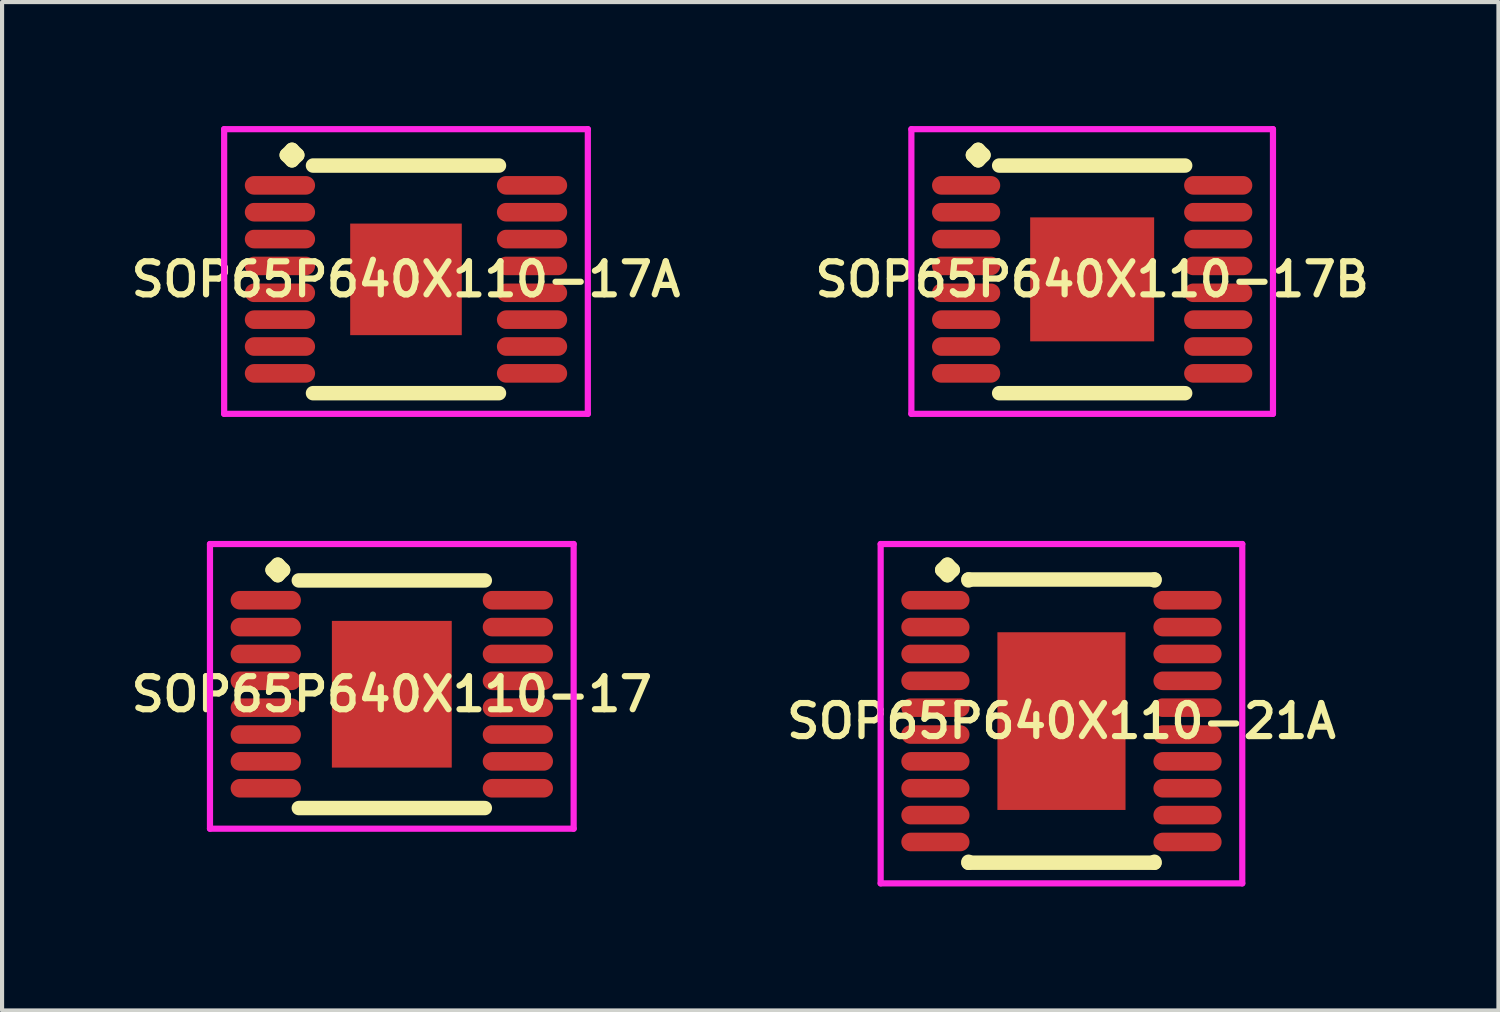
<source format=kicad_pcb>
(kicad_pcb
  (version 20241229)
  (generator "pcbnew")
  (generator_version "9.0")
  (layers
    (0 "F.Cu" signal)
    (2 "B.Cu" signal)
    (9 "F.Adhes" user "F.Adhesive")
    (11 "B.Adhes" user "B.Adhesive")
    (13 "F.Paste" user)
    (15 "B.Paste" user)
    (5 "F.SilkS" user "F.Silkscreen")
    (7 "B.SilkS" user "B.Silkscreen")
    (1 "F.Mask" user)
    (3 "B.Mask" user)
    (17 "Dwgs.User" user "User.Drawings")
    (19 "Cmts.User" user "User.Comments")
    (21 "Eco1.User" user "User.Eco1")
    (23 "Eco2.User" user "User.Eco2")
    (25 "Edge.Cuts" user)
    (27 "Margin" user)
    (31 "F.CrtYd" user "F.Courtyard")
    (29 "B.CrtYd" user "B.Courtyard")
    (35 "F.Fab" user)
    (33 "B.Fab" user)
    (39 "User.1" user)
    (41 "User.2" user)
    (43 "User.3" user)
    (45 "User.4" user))
  (footprint "SOP65P640X110-17A"
    (layer "F.Cu")
    (at 6.774 3.71)
    (property "Reference" "SOP65P640X110-17A" (at 0 0 0) (layer "F.SilkS") (effects (font (size 0.8 0.8) (thickness 0.15))))
    (attr smd)
    (fp_line (start -2.885 -3.008) (end -2.758 -3.135) (stroke (width 0.35) (type solid)) (layer "F.SilkS"))
    (fp_line (start -2.758 -3.135) (end -2.631 -3.008) (stroke (width 0.35) (type solid)) (layer "F.SilkS"))
    (fp_line (start -2.758 -2.881) (end -2.885 -3.008) (stroke (width 0.35) (type solid)) (layer "F.SilkS"))
    (fp_line (start -2.631 -3.008) (end -2.758 -2.881) (stroke (width 0.35) (type solid)) (layer "F.SilkS"))
    (fp_line (start -2.25 -2.754) (end 2.25 -2.754) (stroke (width 0.35) (type solid)) (layer "F.SilkS"))
    (fp_line (start -2.25 2.754) (end 2.25 2.754) (stroke (width 0.35) (type solid)) (layer "F.SilkS"))
    (fp_line (start -4.4 -3.635) (end 4.4 -3.635) (stroke (width 0.15) (type solid)) (layer "F.CrtYd"))
    (fp_line (start -4.4 3.254) (end -4.4 -3.635) (stroke (width 0.15) (type solid)) (layer "F.CrtYd"))
    (fp_line (start 4.4 -3.635) (end 4.4 3.254) (stroke (width 0.15) (type solid)) (layer "F.CrtYd"))
    (fp_line (start 4.4 3.254) (end -4.4 3.254) (stroke (width 0.15) (type solid)) (layer "F.CrtYd"))
    (pad "1" smd oval (at -3.05 -2.275) (size 1.7 0.45) (layers "F.Cu" "F.Mask" "F.Paste"))
    (pad "2" smd oval (at -3.05 -1.625) (size 1.7 0.45) (layers "F.Cu" "F.Mask" "F.Paste"))
    (pad "3" smd oval (at -3.05 -0.975) (size 1.7 0.45) (layers "F.Cu" "F.Mask" "F.Paste"))
    (pad "4" smd oval (at -3.05 -0.325) (size 1.7 0.45) (layers "F.Cu" "F.Mask" "F.Paste"))
    (pad "5" smd oval (at -3.05 0.325) (size 1.7 0.45) (layers "F.Cu" "F.Mask" "F.Paste"))
    (pad "6" smd oval (at -3.05 0.975) (size 1.7 0.45) (layers "F.Cu" "F.Mask" "F.Paste"))
    (pad "7" smd oval (at -3.05 1.625) (size 1.7 0.45) (layers "F.Cu" "F.Mask" "F.Paste"))
    (pad "8" smd oval (at -3.05 2.275) (size 1.7 0.45) (layers "F.Cu" "F.Mask" "F.Paste"))
    (pad "9" smd oval (at 3.05 2.275) (size 1.7 0.45) (layers "F.Cu" "F.Mask" "F.Paste"))
    (pad "10" smd oval (at 3.05 1.625) (size 1.7 0.45) (layers "F.Cu" "F.Mask" "F.Paste"))
    (pad "11" smd oval (at 3.05 0.975) (size 1.7 0.45) (layers "F.Cu" "F.Mask" "F.Paste"))
    (pad "12" smd oval (at 3.05 0.325) (size 1.7 0.45) (layers "F.Cu" "F.Mask" "F.Paste"))
    (pad "13" smd oval (at 3.05 -0.325) (size 1.7 0.45) (layers "F.Cu" "F.Mask" "F.Paste"))
    (pad "14" smd oval (at 3.05 -0.975) (size 1.7 0.45) (layers "F.Cu" "F.Mask" "F.Paste"))
    (pad "15" smd oval (at 3.05 -1.625) (size 1.7 0.45) (layers "F.Cu" "F.Mask" "F.Paste"))
    (pad "16" smd oval (at 3.05 -2.275) (size 1.7 0.45) (layers "F.Cu" "F.Mask" "F.Paste"))
    (pad "17" smd rect (at 0 0) (size 2.7 2.7) (layers "F.Cu" "F.Mask" "F.Paste")))
  (footprint "SOP65P640X110-17B"
    (layer "F.Cu")
    (at 23.378 3.71)
    (property "Reference" "SOP65P640X110-17B" (at 0 0 0) (layer "F.SilkS") (effects (font (size 0.8 0.8) (thickness 0.15))))
    (attr smd)
    (fp_line (start -2.885 -3.008) (end -2.758 -3.135) (stroke (width 0.35) (type solid)) (layer "F.SilkS"))
    (fp_line (start -2.758 -3.135) (end -2.631 -3.008) (stroke (width 0.35) (type solid)) (layer "F.SilkS"))
    (fp_line (start -2.758 -2.881) (end -2.885 -3.008) (stroke (width 0.35) (type solid)) (layer "F.SilkS"))
    (fp_line (start -2.631 -3.008) (end -2.758 -2.881) (stroke (width 0.35) (type solid)) (layer "F.SilkS"))
    (fp_line (start -2.25 -2.754) (end 2.25 -2.754) (stroke (width 0.35) (type solid)) (layer "F.SilkS"))
    (fp_line (start -2.25 2.754) (end 2.25 2.754) (stroke (width 0.35) (type solid)) (layer "F.SilkS"))
    (fp_line (start -4.375 -3.635) (end 4.375 -3.635) (stroke (width 0.15) (type solid)) (layer "F.CrtYd"))
    (fp_line (start -4.375 3.254) (end -4.375 -3.635) (stroke (width 0.15) (type solid)) (layer "F.CrtYd"))
    (fp_line (start 4.375 -3.635) (end 4.375 3.254) (stroke (width 0.15) (type solid)) (layer "F.CrtYd"))
    (fp_line (start 4.375 3.254) (end -4.375 3.254) (stroke (width 0.15) (type solid)) (layer "F.CrtYd"))
    (pad "1" smd oval (at -3.05 -2.275) (size 1.65 0.45) (layers "F.Cu" "F.Mask" "F.Paste"))
    (pad "2" smd oval (at -3.05 -1.625) (size 1.65 0.45) (layers "F.Cu" "F.Mask" "F.Paste"))
    (pad "3" smd oval (at -3.05 -0.975) (size 1.65 0.45) (layers "F.Cu" "F.Mask" "F.Paste"))
    (pad "4" smd oval (at -3.05 -0.325) (size 1.65 0.45) (layers "F.Cu" "F.Mask" "F.Paste"))
    (pad "5" smd oval (at -3.05 0.325) (size 1.65 0.45) (layers "F.Cu" "F.Mask" "F.Paste"))
    (pad "6" smd oval (at -3.05 0.975) (size 1.65 0.45) (layers "F.Cu" "F.Mask" "F.Paste"))
    (pad "7" smd oval (at -3.05 1.625) (size 1.65 0.45) (layers "F.Cu" "F.Mask" "F.Paste"))
    (pad "8" smd oval (at -3.05 2.275) (size 1.65 0.45) (layers "F.Cu" "F.Mask" "F.Paste"))
    (pad "9" smd oval (at 3.05 2.275) (size 1.65 0.45) (layers "F.Cu" "F.Mask" "F.Paste"))
    (pad "10" smd oval (at 3.05 1.625) (size 1.65 0.45) (layers "F.Cu" "F.Mask" "F.Paste"))
    (pad "11" smd oval (at 3.05 0.975) (size 1.65 0.45) (layers "F.Cu" "F.Mask" "F.Paste"))
    (pad "12" smd oval (at 3.05 0.325) (size 1.65 0.45) (layers "F.Cu" "F.Mask" "F.Paste"))
    (pad "13" smd oval (at 3.05 -0.325) (size 1.65 0.45) (layers "F.Cu" "F.Mask" "F.Paste"))
    (pad "14" smd oval (at 3.05 -0.975) (size 1.65 0.45) (layers "F.Cu" "F.Mask" "F.Paste"))
    (pad "15" smd oval (at 3.05 -1.625) (size 1.65 0.45) (layers "F.Cu" "F.Mask" "F.Paste"))
    (pad "16" smd oval (at 3.05 -2.275) (size 1.65 0.45) (layers "F.Cu" "F.Mask" "F.Paste"))
    (pad "17" smd rect (at 0 0) (size 3 3) (layers "F.Cu" "F.Mask" "F.Paste")))
  (footprint "SOP65P640X110-17"
    (layer "F.Cu")
    (at 6.431 13.749)
    (property "Reference" "SOP65P640X110-17" (at 0 0 0) (layer "F.SilkS") (effects (font (size 0.8 0.8) (thickness 0.15))))
    (attr smd)
    (fp_line (start -2.885 -3.008) (end -2.758 -3.135) (stroke (width 0.35) (type solid)) (layer "F.SilkS"))
    (fp_line (start -2.758 -3.135) (end -2.631 -3.008) (stroke (width 0.35) (type solid)) (layer "F.SilkS"))
    (fp_line (start -2.758 -2.881) (end -2.885 -3.008) (stroke (width 0.35) (type solid)) (layer "F.SilkS"))
    (fp_line (start -2.631 -3.008) (end -2.758 -2.881) (stroke (width 0.35) (type solid)) (layer "F.SilkS"))
    (fp_line (start -2.25 -2.754) (end 2.25 -2.754) (stroke (width 0.35) (type solid)) (layer "F.SilkS"))
    (fp_line (start -2.25 2.754) (end 2.25 2.754) (stroke (width 0.35) (type solid)) (layer "F.SilkS"))
    (fp_line (start -4.4 -3.635) (end 4.4 -3.635) (stroke (width 0.15) (type solid)) (layer "F.CrtYd"))
    (fp_line (start -4.4 3.254) (end -4.4 -3.635) (stroke (width 0.15) (type solid)) (layer "F.CrtYd"))
    (fp_line (start 4.4 -3.635) (end 4.4 3.254) (stroke (width 0.15) (type solid)) (layer "F.CrtYd"))
    (fp_line (start 4.4 3.254) (end -4.4 3.254) (stroke (width 0.15) (type solid)) (layer "F.CrtYd"))
    (pad "1" smd oval (at -3.05 -2.275) (size 1.7 0.45) (layers "F.Cu" "F.Mask" "F.Paste"))
    (pad "2" smd oval (at -3.05 -1.625) (size 1.7 0.45) (layers "F.Cu" "F.Mask" "F.Paste"))
    (pad "3" smd oval (at -3.05 -0.975) (size 1.7 0.45) (layers "F.Cu" "F.Mask" "F.Paste"))
    (pad "4" smd oval (at -3.05 -0.325) (size 1.7 0.45) (layers "F.Cu" "F.Mask" "F.Paste"))
    (pad "5" smd oval (at -3.05 0.325) (size 1.7 0.45) (layers "F.Cu" "F.Mask" "F.Paste"))
    (pad "6" smd oval (at -3.05 0.975) (size 1.7 0.45) (layers "F.Cu" "F.Mask" "F.Paste"))
    (pad "7" smd oval (at -3.05 1.625) (size 1.7 0.45) (layers "F.Cu" "F.Mask" "F.Paste"))
    (pad "8" smd oval (at -3.05 2.275) (size 1.7 0.45) (layers "F.Cu" "F.Mask" "F.Paste"))
    (pad "9" smd oval (at 3.05 2.275) (size 1.7 0.45) (layers "F.Cu" "F.Mask" "F.Paste"))
    (pad "10" smd oval (at 3.05 1.625) (size 1.7 0.45) (layers "F.Cu" "F.Mask" "F.Paste"))
    (pad "11" smd oval (at 3.05 0.975) (size 1.7 0.45) (layers "F.Cu" "F.Mask" "F.Paste"))
    (pad "12" smd oval (at 3.05 0.325) (size 1.7 0.45) (layers "F.Cu" "F.Mask" "F.Paste"))
    (pad "13" smd oval (at 3.05 -0.325) (size 1.7 0.45) (layers "F.Cu" "F.Mask" "F.Paste"))
    (pad "14" smd oval (at 3.05 -0.975) (size 1.7 0.45) (layers "F.Cu" "F.Mask" "F.Paste"))
    (pad "15" smd oval (at 3.05 -1.625) (size 1.7 0.45) (layers "F.Cu" "F.Mask" "F.Paste"))
    (pad "16" smd oval (at 3.05 -2.275) (size 1.7 0.45) (layers "F.Cu" "F.Mask" "F.Paste"))
    (pad "17" smd rect (at 0 0) (size 2.9 3.55) (layers "F.Cu" "F.Mask" "F.Paste")))
  (footprint "SOP65P640X110-21A"
    (layer "F.Cu")
    (at 22.635 14.399)
    (property "Reference" "SOP65P640X110-21A" (at 0 0 0) (layer "F.SilkS") (effects (font (size 0.8 0.8) (thickness 0.15))))
    (attr through_hole)
    (fp_line (start -2.885 -3.658) (end -2.758 -3.785) (stroke (width 0.35) (type solid)) (layer "F.SilkS"))
    (fp_line (start -2.758 -3.785) (end -2.631 -3.658) (stroke (width 0.35) (type solid)) (layer "F.SilkS"))
    (fp_line (start -2.758 -3.531) (end -2.885 -3.658) (stroke (width 0.35) (type solid)) (layer "F.SilkS"))
    (fp_line (start -2.631 -3.658) (end -2.758 -3.531) (stroke (width 0.35) (type solid)) (layer "F.SilkS"))
    (fp_line (start -2.25 -3.427) (end 2.25 -3.427) (stroke (width 0.35) (type solid)) (layer "F.SilkS"))
    (fp_line (start -2.25 -3.404) (end -2.25 -3.427) (stroke (width 0.35) (type solid)) (layer "F.SilkS"))
    (fp_line (start -2.25 3.404) (end -2.25 3.427) (stroke (width 0.35) (type solid)) (layer "F.SilkS"))
    (fp_line (start -2.25 3.427) (end 2.25 3.427) (stroke (width 0.35) (type solid)) (layer "F.SilkS"))
    (fp_line (start 2.25 -3.427) (end 2.25 -3.404) (stroke (width 0.35) (type solid)) (layer "F.SilkS"))
    (fp_line (start 2.25 3.427) (end 2.25 3.404) (stroke (width 0.35) (type solid)) (layer "F.SilkS"))
    (fp_line (start -4.375 -4.285) (end 4.375 -4.285) (stroke (width 0.15) (type solid)) (layer "F.CrtYd"))
    (fp_line (start -4.375 3.927) (end -4.375 -4.285) (stroke (width 0.15) (type solid)) (layer "F.CrtYd"))
    (fp_line (start 4.375 -4.285) (end 4.375 3.927) (stroke (width 0.15) (type solid)) (layer "F.CrtYd"))
    (fp_line (start 4.375 3.927) (end -4.375 3.927) (stroke (width 0.15) (type solid)) (layer "F.CrtYd"))
    (pad "1" smd oval (at -3.05 -2.925) (size 1.65 0.45) (layers "F.Cu" "F.Mask" "F.Paste"))
    (pad "2" smd oval (at -3.05 -2.275) (size 1.65 0.45) (layers "F.Cu" "F.Mask" "F.Paste"))
    (pad "3" smd oval (at -3.05 -1.625) (size 1.65 0.45) (layers "F.Cu" "F.Mask" "F.Paste"))
    (pad "4" smd oval (at -3.05 -0.975) (size 1.65 0.45) (layers "F.Cu" "F.Mask" "F.Paste"))
    (pad "5" smd oval (at -3.05 -0.325) (size 1.65 0.45) (layers "F.Cu" "F.Mask" "F.Paste"))
    (pad "6" smd oval (at -3.05 0.325) (size 1.65 0.45) (layers "F.Cu" "F.Mask" "F.Paste"))
    (pad "7" smd oval (at -3.05 0.975) (size 1.65 0.45) (layers "F.Cu" "F.Mask" "F.Paste"))
    (pad "8" smd oval (at -3.05 1.625) (size 1.65 0.45) (layers "F.Cu" "F.Mask" "F.Paste"))
    (pad "9" smd oval (at -3.05 2.275) (size 1.65 0.45) (layers "F.Cu" "F.Mask" "F.Paste"))
    (pad "10" smd oval (at -3.05 2.925) (size 1.65 0.45) (layers "F.Cu" "F.Mask" "F.Paste"))
    (pad "11" smd oval (at 3.05 2.925) (size 1.65 0.45) (layers "F.Cu" "F.Mask" "F.Paste"))
    (pad "12" smd oval (at 3.05 2.275) (size 1.65 0.45) (layers "F.Cu" "F.Mask" "F.Paste"))
    (pad "13" smd oval (at 3.05 1.625) (size 1.65 0.45) (layers "F.Cu" "F.Mask" "F.Paste"))
    (pad "14" smd oval (at 3.05 0.975) (size 1.65 0.45) (layers "F.Cu" "F.Mask" "F.Paste"))
    (pad "15" smd oval (at 3.05 0.325) (size 1.65 0.45) (layers "F.Cu" "F.Mask" "F.Paste"))
    (pad "16" smd oval (at 3.05 -0.325) (size 1.65 0.45) (layers "F.Cu" "F.Mask" "F.Paste"))
    (pad "17" smd oval (at 3.05 -0.975) (size 1.65 0.45) (layers "F.Cu" "F.Mask" "F.Paste"))
    (pad "18" smd oval (at 3.05 -1.625) (size 1.65 0.45) (layers "F.Cu" "F.Mask" "F.Paste"))
    (pad "19" smd oval (at 3.05 -2.275) (size 1.65 0.45) (layers "F.Cu" "F.Mask" "F.Paste"))
    (pad "20" smd oval (at 3.05 -2.925) (size 1.65 0.45) (layers "F.Cu" "F.Mask" "F.Paste"))
    (pad "21" smd rect (at 0 0) (size 3.1 4.3) (layers "F.Cu" "F.Mask" "F.Paste")))
  (gr_rect
    (start -3 -3)
    (end 33.209 21.401)
    (stroke (width 0.1) (type default))
    (fill no)
    (layer "Edge.Cuts")))
</source>
